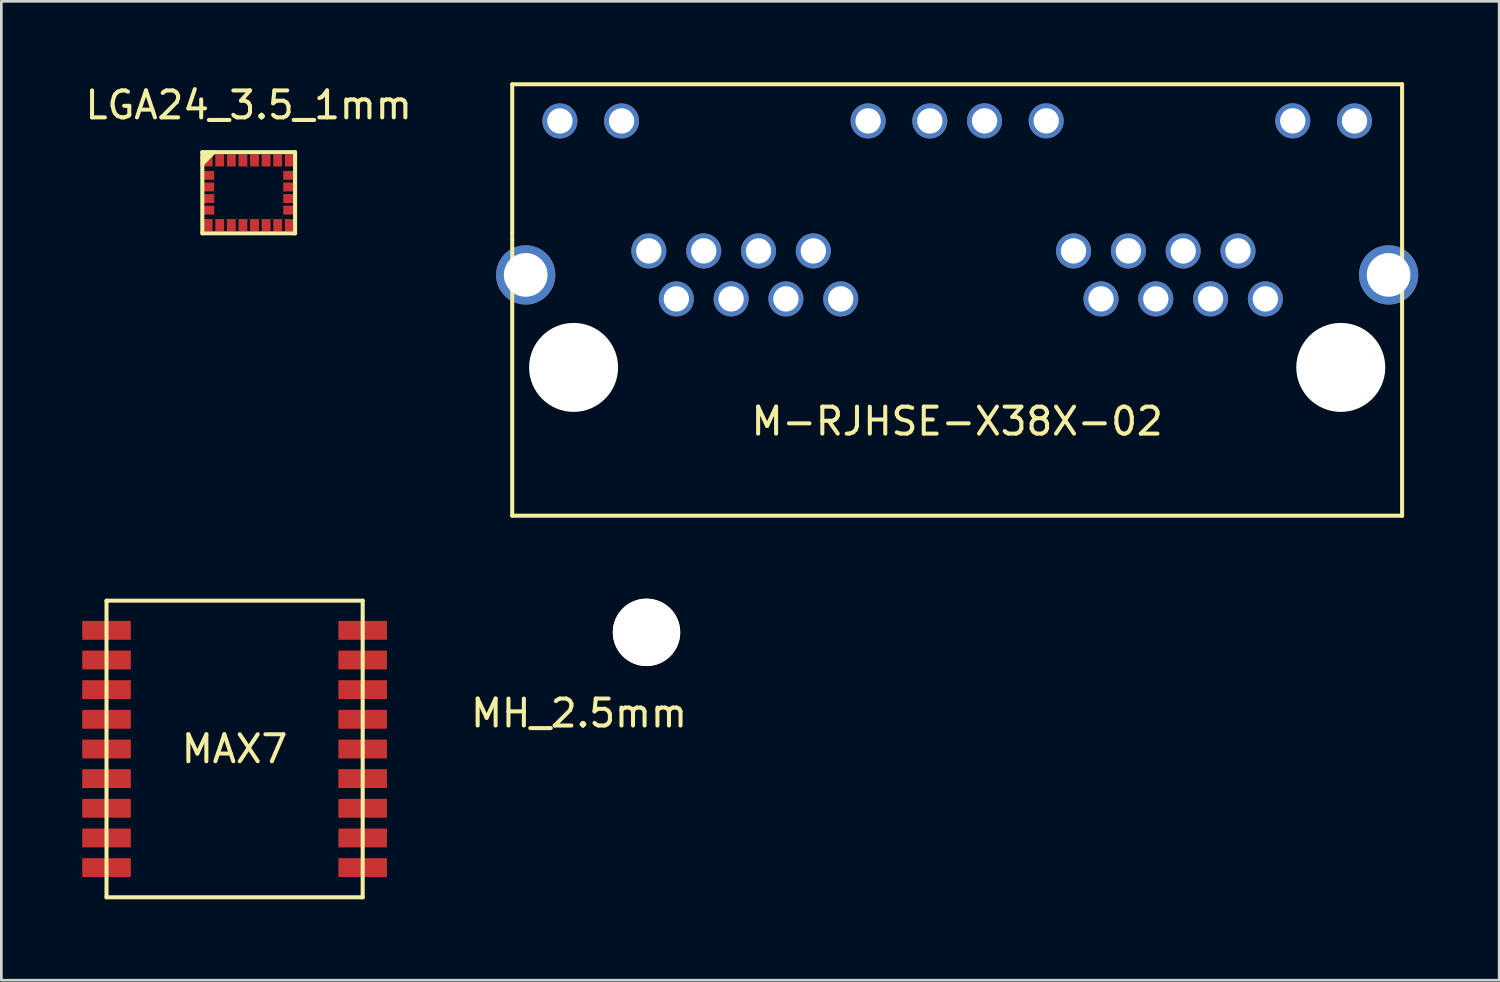
<source format=kicad_pcb>
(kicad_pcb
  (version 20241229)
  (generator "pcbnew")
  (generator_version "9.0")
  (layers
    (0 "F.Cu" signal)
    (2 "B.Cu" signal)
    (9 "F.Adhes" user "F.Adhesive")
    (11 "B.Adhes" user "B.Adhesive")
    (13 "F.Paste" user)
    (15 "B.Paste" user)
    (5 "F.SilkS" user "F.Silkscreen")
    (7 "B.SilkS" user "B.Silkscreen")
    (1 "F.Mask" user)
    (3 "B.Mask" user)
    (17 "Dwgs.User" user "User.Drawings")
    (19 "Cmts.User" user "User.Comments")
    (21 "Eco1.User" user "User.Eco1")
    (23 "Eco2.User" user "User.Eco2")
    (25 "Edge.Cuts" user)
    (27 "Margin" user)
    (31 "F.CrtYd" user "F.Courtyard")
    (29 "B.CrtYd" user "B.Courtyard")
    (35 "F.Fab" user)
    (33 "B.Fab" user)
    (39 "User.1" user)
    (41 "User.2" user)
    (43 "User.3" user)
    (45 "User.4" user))
  (footprint "LGA24_3.5_1mm"
    (layer "F.Cu")
    (at 6.173 4.098)
    (property "Reference" "LGA24_3.5_1mm" (at 0 -3.25 0) (layer "F.SilkS") (effects (font (size 1 1) (thickness 0.15))))
    (attr smd)
    (fp_line (start -1.72 -1.505) (end 1.72 -1.505) (stroke (width 0.15) (type solid)) (layer "F.SilkS"))
    (fp_line (start -1.72 -1.075) (end -1.29 -1.505) (stroke (width 0.15) (type solid)) (layer "F.SilkS"))
    (fp_line (start -1.72 1.505) (end -1.72 -1.505) (stroke (width 0.15) (type solid)) (layer "F.SilkS"))
    (fp_line (start -1.7 -1.2) (end -1.4 -1.5) (stroke (width 0.15) (type solid)) (layer "F.SilkS"))
    (fp_line (start -1.505 -1.505) (end -1.72 -1.29) (stroke (width 0.15) (type solid)) (layer "F.SilkS"))
    (fp_line (start 1.72 -1.505) (end 1.72 1.505) (stroke (width 0.15) (type solid)) (layer "F.SilkS"))
    (fp_line (start 1.72 1.505) (end -1.72 1.505) (stroke (width 0.15) (type solid)) (layer "F.SilkS"))
    (pad "1" smd rect (at -1.505 -1.2 90) (size 0.45 0.33) (layers "F.Cu" "F.Mask" "F.Paste"))
    (pad "2" smd rect (at -1.505 -0.645 180) (size 0.45 0.33) (layers "F.Cu" "F.Mask" "F.Paste"))
    (pad "3" smd rect (at -1.505 -0.215) (size 0.45 0.33) (layers "F.Cu" "F.Mask" "F.Paste"))
    (pad "4" smd rect (at -1.505 0.215) (size 0.45 0.33) (layers "F.Cu" "F.Mask" "F.Paste"))
    (pad "5" smd rect (at -1.505 0.645) (size 0.45 0.33) (layers "F.Cu" "F.Mask" "F.Paste"))
    (pad "6" smd rect (at -1.505 1.2 90) (size 0.45 0.33) (layers "F.Cu" "F.Mask" "F.Paste"))
    (pad "7" smd rect (at -1.075 1.2 90) (size 0.45 0.33) (layers "F.Cu" "F.Mask" "F.Paste"))
    (pad "8" smd rect (at -0.645 1.2 90) (size 0.45 0.33) (layers "F.Cu" "F.Mask" "F.Paste"))
    (pad "9" smd rect (at -0.215 1.2 90) (size 0.45 0.33) (layers "F.Cu" "F.Mask" "F.Paste"))
    (pad "10" smd rect (at 0.215 1.2 90) (size 0.45 0.33) (layers "F.Cu" "F.Mask" "F.Paste"))
    (pad "11" smd rect (at 0.645 1.2 90) (size 0.45 0.33) (layers "F.Cu" "F.Mask" "F.Paste"))
    (pad "12" smd rect (at 1.075 1.2 90) (size 0.45 0.33) (layers "F.Cu" "F.Mask" "F.Paste"))
    (pad "13" smd rect (at 1.505 1.2 90) (size 0.45 0.33) (layers "F.Cu" "F.Mask" "F.Paste"))
    (pad "14" smd rect (at 1.505 0.645) (size 0.45 0.33) (layers "F.Cu" "F.Mask" "F.Paste"))
    (pad "15" smd rect (at 1.505 0.215) (size 0.45 0.33) (layers "F.Cu" "F.Mask" "F.Paste"))
    (pad "16" smd rect (at 1.505 -0.215) (size 0.45 0.33) (layers "F.Cu" "F.Mask" "F.Paste"))
    (pad "17" smd rect (at 1.505 -0.645) (size 0.45 0.33) (layers "F.Cu" "F.Mask" "F.Paste"))
    (pad "18" smd rect (at 1.505 -1.2 90) (size 0.45 0.33) (layers "F.Cu" "F.Mask" "F.Paste"))
    (pad "19" smd rect (at 1.075 -1.2 90) (size 0.45 0.33) (layers "F.Cu" "F.Mask" "F.Paste"))
    (pad "20" smd rect (at 0.645 -1.2 90) (size 0.45 0.33) (layers "F.Cu" "F.Mask" "F.Paste"))
    (pad "21" smd rect (at 0.215 -1.2 90) (size 0.45 0.33) (layers "F.Cu" "F.Mask" "F.Paste"))
    (pad "22" smd rect (at -0.215 -1.2 90) (size 0.45 0.33) (layers "F.Cu" "F.Mask" "F.Paste"))
    (pad "23" smd rect (at -0.645 -1.2 90) (size 0.45 0.33) (layers "F.Cu" "F.Mask" "F.Paste"))
    (pad "24" smd rect (at -1.075 -1.2 90) (size 0.45 0.33) (layers "F.Cu" "F.Mask" "F.Paste")))
  (footprint "M-RJHSE-X38X-02"
    (layer "F.Cu")
    (at 32.445 10.575)
    (property "Reference" "M-RJHSE-X38X-02" (at 0 2 0) (layer "F.SilkS") (effects (font (size 1 1) (thickness 0.15))))
    (attr through_hole)
    (fp_line (start -16.5 -10.5) (end 16.5 -10.5) (stroke (width 0.15) (type solid)) (layer "F.SilkS"))
    (fp_line (start -16.5 -5) (end -16.5 -10.5) (stroke (width 0.15) (type solid)) (layer "F.SilkS"))
    (fp_line (start -16.5 5.5) (end -16.5 -5) (stroke (width 0.15) (type solid)) (layer "F.SilkS"))
    (fp_line (start 16.5 -10.5) (end 16.5 5.5) (stroke (width 0.15) (type solid)) (layer "F.SilkS"))
    (fp_line (start 16.5 5.5) (end -16.5 5.5) (stroke (width 0.15) (type solid)) (layer "F.SilkS"))
    (pad "" np_thru_hole circle (at -14.224 0) (size 3.3 3.3) (drill 3.3) (layers "*.Cu" "*.Mask"))
    (pad "" np_thru_hole circle (at 14.226 0) (size 3.3 3.3) (drill 3.3) (layers "*.Cu" "*.Mask"))
    (pad "1" thru_hole circle (at 11.43 -2.54) (size 1.3 1.3) (drill 0.94) (layers "*.Cu" "*.Mask"))
    (pad "2" thru_hole circle (at 10.414 -4.32) (size 1.3 1.3) (drill 0.94) (layers "*.Cu" "*.Mask"))
    (pad "3" thru_hole circle (at 9.398 -2.54) (size 1.3 1.3) (drill 0.94) (layers "*.Cu" "*.Mask"))
    (pad "4" thru_hole circle (at 8.382 -4.318) (size 1.3 1.3) (drill 0.94) (layers "*.Cu" "*.Mask"))
    (pad "5" thru_hole circle (at 7.366 -2.54) (size 1.3 1.3) (drill 0.94) (layers "*.Cu" "*.Mask"))
    (pad "6" thru_hole circle (at 6.35 -4.32) (size 1.3 1.3) (drill 0.94) (layers "*.Cu" "*.Mask"))
    (pad "7" thru_hole circle (at 5.334 -2.54) (size 1.3 1.3) (drill 0.94) (layers "*.Cu" "*.Mask"))
    (pad "8" thru_hole circle (at 4.316 -4.32) (size 1.3 1.3) (drill 0.94) (layers "*.Cu" "*.Mask"))
    (pad "9" thru_hole circle (at 14.736 -9.14) (size 1.3 1.3) (drill 0.94) (layers "*.Cu" "*.Mask"))
    (pad "10" thru_hole circle (at 12.446 -9.144) (size 1.3 1.3) (drill 0.94) (layers "*.Cu" "*.Mask"))
    (pad "11" thru_hole circle (at 3.302 -9.144) (size 1.3 1.3) (drill 0.94) (layers "*.Cu" "*.Mask"))
    (pad "12" thru_hole circle (at 1.016 -9.144) (size 1.3 1.3) (drill 0.94) (layers "*.Cu" "*.Mask"))
    (pad "13" thru_hole circle (at -4.318 -2.54) (size 1.3 1.3) (drill 0.94) (layers "*.Cu" "*.Mask"))
    (pad "14" thru_hole circle (at -5.334 -4.32) (size 1.3 1.3) (drill 0.94) (layers "*.Cu" "*.Mask"))
    (pad "15" thru_hole circle (at -6.35 -2.54) (size 1.3 1.3) (drill 0.94) (layers "*.Cu" "*.Mask"))
    (pad "16" thru_hole circle (at -7.366 -4.32) (size 1.3 1.3) (drill 0.94) (layers "*.Cu" "*.Mask"))
    (pad "17" thru_hole circle (at -8.382 -2.54) (size 1.3 1.3) (drill 0.94) (layers "*.Cu" "*.Mask"))
    (pad "18" thru_hole circle (at -9.398 -4.32) (size 1.3 1.3) (drill 0.94) (layers "*.Cu" "*.Mask"))
    (pad "19" thru_hole circle (at -10.414 -2.54) (size 1.3 1.3) (drill 0.94) (layers "*.Cu" "*.Mask"))
    (pad "20" thru_hole circle (at -11.434 -4.32) (size 1.3 1.3) (drill 0.94) (layers "*.Cu" "*.Mask"))
    (pad "21" thru_hole circle (at -1.014 -9.14) (size 1.3 1.3) (drill 0.94) (layers "*.Cu" "*.Mask"))
    (pad "22" thru_hole circle (at -3.302 -9.14) (size 1.3 1.3) (drill 0.94) (layers "*.Cu" "*.Mask"))
    (pad "23" thru_hole circle (at -12.446 -9.14) (size 1.3 1.3) (drill 0.94) (layers "*.Cu" "*.Mask"))
    (pad "24" thru_hole circle (at -14.732 -9.14) (size 1.3 1.3) (drill 0.94) (layers "*.Cu" "*.Mask"))
    (pad "25" thru_hole circle (at 16 -3.43) (size 2.2 2.2) (drill 1.62) (layers "*.Cu" "*.Mask"))
    (pad "26" thru_hole circle (at -16 -3.43) (size 2.2 2.2) (drill 1.62) (layers "*.Cu" "*.Mask")))
  (footprint "MAX7"
    (layer "F.Cu")
    (at 5.65 24.725)
    (property "Reference" "MAX7" (at 0 0 0) (layer "F.SilkS") (effects (font (size 1 1) (thickness 0.15))))
    (attr through_hole)
    (fp_line (start -4.75 -5.5) (end 4.75 -5.5) (stroke (width 0.15) (type solid)) (layer "F.SilkS"))
    (fp_line (start -4.75 5.5) (end -4.75 -5.5) (stroke (width 0.15) (type solid)) (layer "F.SilkS"))
    (fp_line (start 4.75 -5.5) (end 4.75 5.5) (stroke (width 0.15) (type solid)) (layer "F.SilkS"))
    (fp_line (start 4.75 5.5) (end -4.75 5.5) (stroke (width 0.15) (type solid)) (layer "F.SilkS"))
    (pad "1" smd rect (at -4.75 -4.4 180) (size 1.8 0.7) (layers "F.Cu" "F.Mask" "F.Paste"))
    (pad "2" smd rect (at -4.75 -3.3 180) (size 1.8 0.7) (layers "F.Cu" "F.Mask" "F.Paste"))
    (pad "3" smd rect (at -4.75 -2.2 180) (size 1.8 0.7) (layers "F.Cu" "F.Mask" "F.Paste"))
    (pad "4" smd rect (at -4.75 -1.1 180) (size 1.8 0.7) (layers "F.Cu" "F.Mask" "F.Paste"))
    (pad "5" smd rect (at -4.75 0 180) (size 1.8 0.7) (layers "F.Cu" "F.Mask" "F.Paste"))
    (pad "6" smd rect (at -4.75 1.1 180) (size 1.8 0.7) (layers "F.Cu" "F.Mask" "F.Paste"))
    (pad "7" smd rect (at -4.75 2.2 180) (size 1.8 0.7) (layers "F.Cu" "F.Mask" "F.Paste"))
    (pad "8" smd rect (at -4.75 3.3 180) (size 1.8 0.7) (layers "F.Cu" "F.Mask" "F.Paste"))
    (pad "9" smd rect (at -4.75 4.4 180) (size 1.8 0.7) (layers "F.Cu" "F.Mask" "F.Paste"))
    (pad "10" smd rect (at 4.75 4.4 180) (size 1.8 0.7) (layers "F.Cu" "F.Mask" "F.Paste"))
    (pad "11" smd rect (at 4.75 3.3 180) (size 1.8 0.7) (layers "F.Cu" "F.Mask" "F.Paste"))
    (pad "12" smd rect (at 4.75 2.2 180) (size 1.8 0.7) (layers "F.Cu" "F.Mask" "F.Paste"))
    (pad "13" smd rect (at 4.75 1.1 180) (size 1.8 0.7) (layers "F.Cu" "F.Mask" "F.Paste"))
    (pad "14" smd rect (at 4.75 0 180) (size 1.8 0.7) (layers "F.Cu" "F.Mask" "F.Paste"))
    (pad "15" smd rect (at 4.75 -1.1 180) (size 1.8 0.7) (layers "F.Cu" "F.Mask" "F.Paste"))
    (pad "16" smd rect (at 4.75 -2.2 180) (size 1.8 0.7) (layers "F.Cu" "F.Mask" "F.Paste"))
    (pad "17" smd rect (at 4.75 -3.3 180) (size 1.8 0.7) (layers "F.Cu" "F.Mask" "F.Paste"))
    (pad "18" smd rect (at 4.75 -4.4 180) (size 1.8 0.7) (layers "F.Cu" "F.Mask" "F.Paste")))
  (footprint "MH_2.5mm"
    (layer "F.Cu")
    (at 20.925 20.4)
    (property "Reference" "MH_2.5mm" (at -2.5 3 0) (layer "F.SilkS") (effects (font (size 1 1) (thickness 0.15))))
    (attr through_hole)
    (pad "" np_thru_hole circle (at 0 0) (size 2.5 2.5) (drill 2.5) (layers "*.Cu" "*.Mask" "F.SilkS")))
  (gr_rect
    (start -3 -3)
    (end 52.545 33.3)
    (stroke (width 0.1) (type default))
    (fill no)
    (layer "Edge.Cuts")))
</source>
